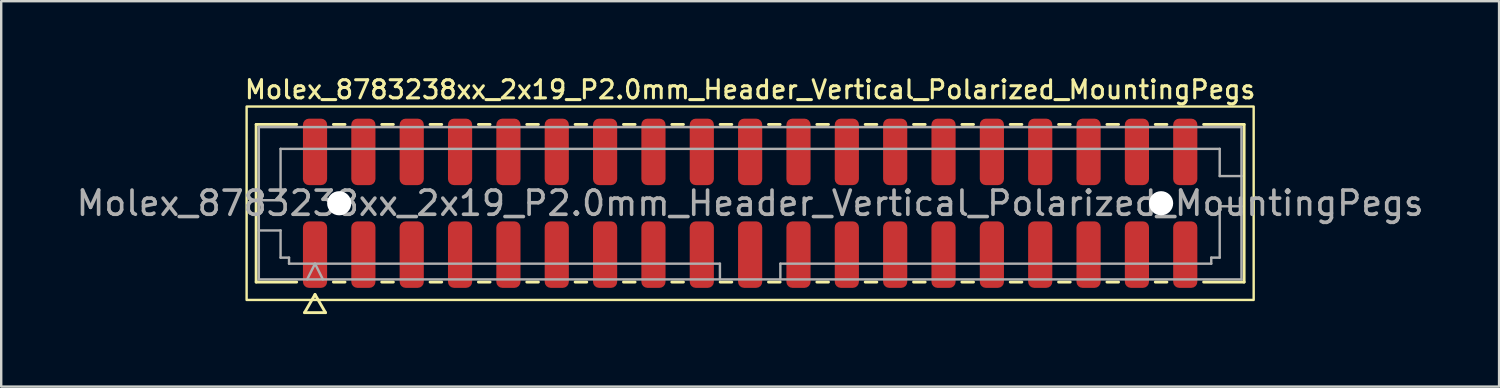
<source format=kicad_pcb>
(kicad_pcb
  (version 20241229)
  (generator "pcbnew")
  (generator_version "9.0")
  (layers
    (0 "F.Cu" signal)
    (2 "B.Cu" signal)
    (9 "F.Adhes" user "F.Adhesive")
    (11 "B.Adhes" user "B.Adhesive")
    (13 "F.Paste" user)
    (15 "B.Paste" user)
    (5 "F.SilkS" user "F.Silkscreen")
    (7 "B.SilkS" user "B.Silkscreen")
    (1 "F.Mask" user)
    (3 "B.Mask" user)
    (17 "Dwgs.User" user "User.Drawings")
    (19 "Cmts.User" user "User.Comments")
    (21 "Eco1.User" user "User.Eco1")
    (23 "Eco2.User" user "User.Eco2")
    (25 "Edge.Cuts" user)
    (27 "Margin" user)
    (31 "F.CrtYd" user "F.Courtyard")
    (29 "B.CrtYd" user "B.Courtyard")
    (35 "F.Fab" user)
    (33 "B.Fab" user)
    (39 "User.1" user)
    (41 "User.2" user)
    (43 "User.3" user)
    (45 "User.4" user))
  (footprint "Molex_8783238xx_2x19_P2.0mm_Header_Vertical_Polarized_MountingPegs"
    (layer "F.Cu")
    (at 27.982 5.358)
    (property "Reference" "Molex_8783238xx_2x19_P2.0mm_Header_Vertical_Polarized_MountingPegs" (at 0 -4.7 0) (layer "F.SilkS") (effects (font (size 0.75 0.75) (thickness 0.125))))
    (attr smd)
    (fp_line (start -20.435 -3.26) (end -18.76 -3.26) (stroke (width 0.12) (type solid)) (layer "F.SilkS"))
    (fp_line (start -20.435 3.26) (end -20.435 -3.26) (stroke (width 0.12) (type solid)) (layer "F.SilkS"))
    (fp_line (start -18.76 3.26) (end -20.435 3.26) (stroke (width 0.12) (type solid)) (layer "F.SilkS"))
    (fp_line (start -18.433 4.525) (end -18 3.775) (stroke (width 0.12) (type solid)) (layer "F.SilkS"))
    (fp_line (start -18 3.775) (end -17.567 4.525) (stroke (width 0.12) (type solid)) (layer "F.SilkS"))
    (fp_line (start -17.567 4.525) (end -18.433 4.525) (stroke (width 0.12) (type solid)) (layer "F.SilkS"))
    (fp_line (start -17.24 -3.26) (end -16.76 -3.26) (stroke (width 0.12) (type solid)) (layer "F.SilkS"))
    (fp_line (start -16.76 3.26) (end -17.24 3.26) (stroke (width 0.12) (type solid)) (layer "F.SilkS"))
    (fp_line (start -15.24 -3.26) (end -14.76 -3.26) (stroke (width 0.12) (type solid)) (layer "F.SilkS"))
    (fp_line (start -14.76 3.26) (end -15.24 3.26) (stroke (width 0.12) (type solid)) (layer "F.SilkS"))
    (fp_line (start -13.24 -3.26) (end -12.76 -3.26) (stroke (width 0.12) (type solid)) (layer "F.SilkS"))
    (fp_line (start -12.76 3.26) (end -13.24 3.26) (stroke (width 0.12) (type solid)) (layer "F.SilkS"))
    (fp_line (start -11.24 -3.26) (end -10.76 -3.26) (stroke (width 0.12) (type solid)) (layer "F.SilkS"))
    (fp_line (start -10.76 3.26) (end -11.24 3.26) (stroke (width 0.12) (type solid)) (layer "F.SilkS"))
    (fp_line (start -9.24 -3.26) (end -8.76 -3.26) (stroke (width 0.12) (type solid)) (layer "F.SilkS"))
    (fp_line (start -8.76 3.26) (end -9.24 3.26) (stroke (width 0.12) (type solid)) (layer "F.SilkS"))
    (fp_line (start -7.24 -3.26) (end -6.76 -3.26) (stroke (width 0.12) (type solid)) (layer "F.SilkS"))
    (fp_line (start -6.76 3.26) (end -7.24 3.26) (stroke (width 0.12) (type solid)) (layer "F.SilkS"))
    (fp_line (start -5.24 -3.26) (end -4.76 -3.26) (stroke (width 0.12) (type solid)) (layer "F.SilkS"))
    (fp_line (start -4.76 3.26) (end -5.24 3.26) (stroke (width 0.12) (type solid)) (layer "F.SilkS"))
    (fp_line (start -3.24 -3.26) (end -2.76 -3.26) (stroke (width 0.12) (type solid)) (layer "F.SilkS"))
    (fp_line (start -2.76 3.26) (end -3.24 3.26) (stroke (width 0.12) (type solid)) (layer "F.SilkS"))
    (fp_line (start -1.24 -3.26) (end -0.76 -3.26) (stroke (width 0.12) (type solid)) (layer "F.SilkS"))
    (fp_line (start -0.76 3.26) (end -1.24 3.26) (stroke (width 0.12) (type solid)) (layer "F.SilkS"))
    (fp_line (start 0.76 -3.26) (end 1.24 -3.26) (stroke (width 0.12) (type solid)) (layer "F.SilkS"))
    (fp_line (start 1.24 3.26) (end 0.76 3.26) (stroke (width 0.12) (type solid)) (layer "F.SilkS"))
    (fp_line (start 2.76 -3.26) (end 3.24 -3.26) (stroke (width 0.12) (type solid)) (layer "F.SilkS"))
    (fp_line (start 3.24 3.26) (end 2.76 3.26) (stroke (width 0.12) (type solid)) (layer "F.SilkS"))
    (fp_line (start 4.76 -3.26) (end 5.24 -3.26) (stroke (width 0.12) (type solid)) (layer "F.SilkS"))
    (fp_line (start 5.24 3.26) (end 4.76 3.26) (stroke (width 0.12) (type solid)) (layer "F.SilkS"))
    (fp_line (start 6.76 -3.26) (end 7.24 -3.26) (stroke (width 0.12) (type solid)) (layer "F.SilkS"))
    (fp_line (start 7.24 3.26) (end 6.76 3.26) (stroke (width 0.12) (type solid)) (layer "F.SilkS"))
    (fp_line (start 8.76 -3.26) (end 9.24 -3.26) (stroke (width 0.12) (type solid)) (layer "F.SilkS"))
    (fp_line (start 9.24 3.26) (end 8.76 3.26) (stroke (width 0.12) (type solid)) (layer "F.SilkS"))
    (fp_line (start 10.76 -3.26) (end 11.24 -3.26) (stroke (width 0.12) (type solid)) (layer "F.SilkS"))
    (fp_line (start 11.24 3.26) (end 10.76 3.26) (stroke (width 0.12) (type solid)) (layer "F.SilkS"))
    (fp_line (start 12.76 -3.26) (end 13.24 -3.26) (stroke (width 0.12) (type solid)) (layer "F.SilkS"))
    (fp_line (start 13.24 3.26) (end 12.76 3.26) (stroke (width 0.12) (type solid)) (layer "F.SilkS"))
    (fp_line (start 14.76 -3.26) (end 15.24 -3.26) (stroke (width 0.12) (type solid)) (layer "F.SilkS"))
    (fp_line (start 15.24 3.26) (end 14.76 3.26) (stroke (width 0.12) (type solid)) (layer "F.SilkS"))
    (fp_line (start 16.76 -3.26) (end 17.24 -3.26) (stroke (width 0.12) (type solid)) (layer "F.SilkS"))
    (fp_line (start 17.24 3.26) (end 16.76 3.26) (stroke (width 0.12) (type solid)) (layer "F.SilkS"))
    (fp_line (start 18.76 -3.26) (end 20.435 -3.26) (stroke (width 0.12) (type solid)) (layer "F.SilkS"))
    (fp_line (start 20.435 -3.26) (end 20.435 3.26) (stroke (width 0.12) (type solid)) (layer "F.SilkS"))
    (fp_line (start 20.435 3.26) (end 18.76 3.26) (stroke (width 0.12) (type solid)) (layer "F.SilkS"))
    (fp_rect (start -20.83 -4) (end 20.83 4) (stroke (width 0.1) (type solid)) (fill no) (layer "F.SilkS"))
    (fp_line (start -20.325 -3.15) (end 20.325 -3.15) (stroke (width 0.1) (type solid)) (layer "F.Fab"))
    (fp_line (start -20.325 -0.125) (end -19.425 -0.125) (stroke (width 0.1) (type solid)) (layer "F.Fab"))
    (fp_line (start -20.325 1.125) (end -19.425 1.125) (stroke (width 0.1) (type solid)) (layer "F.Fab"))
    (fp_line (start -20.325 3.15) (end -20.325 -3.15) (stroke (width 0.1) (type solid)) (layer "F.Fab"))
    (fp_line (start -19.425 -2.25) (end 19.425 -2.25) (stroke (width 0.1) (type solid)) (layer "F.Fab"))
    (fp_line (start -19.425 -0.125) (end -19.425 -2.25) (stroke (width 0.1) (type solid)) (layer "F.Fab"))
    (fp_line (start -19.425 1.125) (end -19.425 2.25) (stroke (width 0.1) (type solid)) (layer "F.Fab"))
    (fp_line (start -19.425 2.25) (end -19.075 2.25) (stroke (width 0.1) (type solid)) (layer "F.Fab"))
    (fp_line (start -19.075 2.25) (end -19.075 2.5) (stroke (width 0.1) (type solid)) (layer "F.Fab"))
    (fp_line (start -19.075 2.5) (end -1.25 2.5) (stroke (width 0.1) (type solid)) (layer "F.Fab"))
    (fp_line (start -18.325 3.15) (end -18 2.5) (stroke (width 0.1) (type solid)) (layer "F.Fab"))
    (fp_line (start -18 2.5) (end -17.675 3.15) (stroke (width 0.1) (type solid)) (layer "F.Fab"))
    (fp_line (start -1.25 2.5) (end -1.25 3.15) (stroke (width 0.1) (type solid)) (layer "F.Fab"))
    (fp_line (start 1.25 2.5) (end 1.25 3.15) (stroke (width 0.1) (type solid)) (layer "F.Fab"))
    (fp_line (start 1.25 2.5) (end 19.075 2.5) (stroke (width 0.1) (type solid)) (layer "F.Fab"))
    (fp_line (start 19.075 2.25) (end 19.425 2.25) (stroke (width 0.1) (type solid)) (layer "F.Fab"))
    (fp_line (start 19.075 2.5) (end 19.075 2.25) (stroke (width 0.1) (type solid)) (layer "F.Fab"))
    (fp_line (start 19.425 -2.25) (end 19.425 -1.125) (stroke (width 0.1) (type solid)) (layer "F.Fab"))
    (fp_line (start 19.425 -1.125) (end 20.325 -1.125) (stroke (width 0.1) (type solid)) (layer "F.Fab"))
    (fp_line (start 19.425 0.125) (end 20.325 0.125) (stroke (width 0.1) (type solid)) (layer "F.Fab"))
    (fp_line (start 19.425 2.25) (end 19.425 0.125) (stroke (width 0.1) (type solid)) (layer "F.Fab"))
    (fp_line (start 20.325 -3.15) (end 20.325 3.15) (stroke (width 0.1) (type solid)) (layer "F.Fab"))
    (fp_line (start 20.325 3.15) (end -20.325 3.15) (stroke (width 0.1) (type solid)) (layer "F.Fab"))
    (fp_text user "${REFERENCE}" (at 0 0 0) (layer "F.Fab") (effects (font (size 1 1) (thickness 0.15))))
    (pad "" np_thru_hole circle (at -17 0) (size 1 1) (drill 1) (layers "*.Cu" "*.Mask"))
    (pad "" np_thru_hole circle (at 17 0) (size 1 1) (drill 1) (layers "*.Cu" "*.Mask"))
    (pad "1" smd roundrect (at -18 2.125) (size 1 2.75) (layers "F.Cu" "F.Mask" "F.Paste") (roundrect_rratio 0.25))
    (pad "2" smd roundrect (at -18 -2.125) (size 1 2.75) (layers "F.Cu" "F.Mask" "F.Paste") (roundrect_rratio 0.25))
    (pad "3" smd roundrect (at -16 2.125) (size 1 2.75) (layers "F.Cu" "F.Mask" "F.Paste") (roundrect_rratio 0.25))
    (pad "4" smd roundrect (at -16 -2.125) (size 1 2.75) (layers "F.Cu" "F.Mask" "F.Paste") (roundrect_rratio 0.25))
    (pad "5" smd roundrect (at -14 2.125) (size 1 2.75) (layers "F.Cu" "F.Mask" "F.Paste") (roundrect_rratio 0.25))
    (pad "6" smd roundrect (at -14 -2.125) (size 1 2.75) (layers "F.Cu" "F.Mask" "F.Paste") (roundrect_rratio 0.25))
    (pad "7" smd roundrect (at -12 2.125) (size 1 2.75) (layers "F.Cu" "F.Mask" "F.Paste") (roundrect_rratio 0.25))
    (pad "8" smd roundrect (at -12 -2.125) (size 1 2.75) (layers "F.Cu" "F.Mask" "F.Paste") (roundrect_rratio 0.25))
    (pad "9" smd roundrect (at -10 2.125) (size 1 2.75) (layers "F.Cu" "F.Mask" "F.Paste") (roundrect_rratio 0.25))
    (pad "10" smd roundrect (at -10 -2.125) (size 1 2.75) (layers "F.Cu" "F.Mask" "F.Paste") (roundrect_rratio 0.25))
    (pad "11" smd roundrect (at -8 2.125) (size 1 2.75) (layers "F.Cu" "F.Mask" "F.Paste") (roundrect_rratio 0.25))
    (pad "12" smd roundrect (at -8 -2.125) (size 1 2.75) (layers "F.Cu" "F.Mask" "F.Paste") (roundrect_rratio 0.25))
    (pad "13" smd roundrect (at -6 2.125) (size 1 2.75) (layers "F.Cu" "F.Mask" "F.Paste") (roundrect_rratio 0.25))
    (pad "14" smd roundrect (at -6 -2.125) (size 1 2.75) (layers "F.Cu" "F.Mask" "F.Paste") (roundrect_rratio 0.25))
    (pad "15" smd roundrect (at -4 2.125) (size 1 2.75) (layers "F.Cu" "F.Mask" "F.Paste") (roundrect_rratio 0.25))
    (pad "16" smd roundrect (at -4 -2.125) (size 1 2.75) (layers "F.Cu" "F.Mask" "F.Paste") (roundrect_rratio 0.25))
    (pad "17" smd roundrect (at -2 2.125) (size 1 2.75) (layers "F.Cu" "F.Mask" "F.Paste") (roundrect_rratio 0.25))
    (pad "18" smd roundrect (at -2 -2.125) (size 1 2.75) (layers "F.Cu" "F.Mask" "F.Paste") (roundrect_rratio 0.25))
    (pad "19" smd roundrect (at 0 2.125) (size 1 2.75) (layers "F.Cu" "F.Mask" "F.Paste") (roundrect_rratio 0.25))
    (pad "20" smd roundrect (at 0 -2.125) (size 1 2.75) (layers "F.Cu" "F.Mask" "F.Paste") (roundrect_rratio 0.25))
    (pad "21" smd roundrect (at 2 2.125) (size 1 2.75) (layers "F.Cu" "F.Mask" "F.Paste") (roundrect_rratio 0.25))
    (pad "22" smd roundrect (at 2 -2.125) (size 1 2.75) (layers "F.Cu" "F.Mask" "F.Paste") (roundrect_rratio 0.25))
    (pad "23" smd roundrect (at 4 2.125) (size 1 2.75) (layers "F.Cu" "F.Mask" "F.Paste") (roundrect_rratio 0.25))
    (pad "24" smd roundrect (at 4 -2.125) (size 1 2.75) (layers "F.Cu" "F.Mask" "F.Paste") (roundrect_rratio 0.25))
    (pad "25" smd roundrect (at 6 2.125) (size 1 2.75) (layers "F.Cu" "F.Mask" "F.Paste") (roundrect_rratio 0.25))
    (pad "26" smd roundrect (at 6 -2.125) (size 1 2.75) (layers "F.Cu" "F.Mask" "F.Paste") (roundrect_rratio 0.25))
    (pad "27" smd roundrect (at 8 2.125) (size 1 2.75) (layers "F.Cu" "F.Mask" "F.Paste") (roundrect_rratio 0.25))
    (pad "28" smd roundrect (at 8 -2.125) (size 1 2.75) (layers "F.Cu" "F.Mask" "F.Paste") (roundrect_rratio 0.25))
    (pad "29" smd roundrect (at 10 2.125) (size 1 2.75) (layers "F.Cu" "F.Mask" "F.Paste") (roundrect_rratio 0.25))
    (pad "30" smd roundrect (at 10 -2.125) (size 1 2.75) (layers "F.Cu" "F.Mask" "F.Paste") (roundrect_rratio 0.25))
    (pad "31" smd roundrect (at 12 2.125) (size 1 2.75) (layers "F.Cu" "F.Mask" "F.Paste") (roundrect_rratio 0.25))
    (pad "32" smd roundrect (at 12 -2.125) (size 1 2.75) (layers "F.Cu" "F.Mask" "F.Paste") (roundrect_rratio 0.25))
    (pad "33" smd roundrect (at 14 2.125) (size 1 2.75) (layers "F.Cu" "F.Mask" "F.Paste") (roundrect_rratio 0.25))
    (pad "34" smd roundrect (at 14 -2.125) (size 1 2.75) (layers "F.Cu" "F.Mask" "F.Paste") (roundrect_rratio 0.25))
    (pad "35" smd roundrect (at 16 2.125) (size 1 2.75) (layers "F.Cu" "F.Mask" "F.Paste") (roundrect_rratio 0.25))
    (pad "36" smd roundrect (at 16 -2.125) (size 1 2.75) (layers "F.Cu" "F.Mask" "F.Paste") (roundrect_rratio 0.25))
    (pad "37" smd roundrect (at 18 2.125) (size 1 2.75) (layers "F.Cu" "F.Mask" "F.Paste") (roundrect_rratio 0.25))
    (pad "38" smd roundrect (at 18 -2.125) (size 1 2.75) (layers "F.Cu" "F.Mask" "F.Paste") (roundrect_rratio 0.25)))
  (gr_rect
    (start -3 -3)
    (end 58.964 12.943)
    (stroke (width 0.1) (type default))
    (fill no)
    (layer "Edge.Cuts")))
</source>
